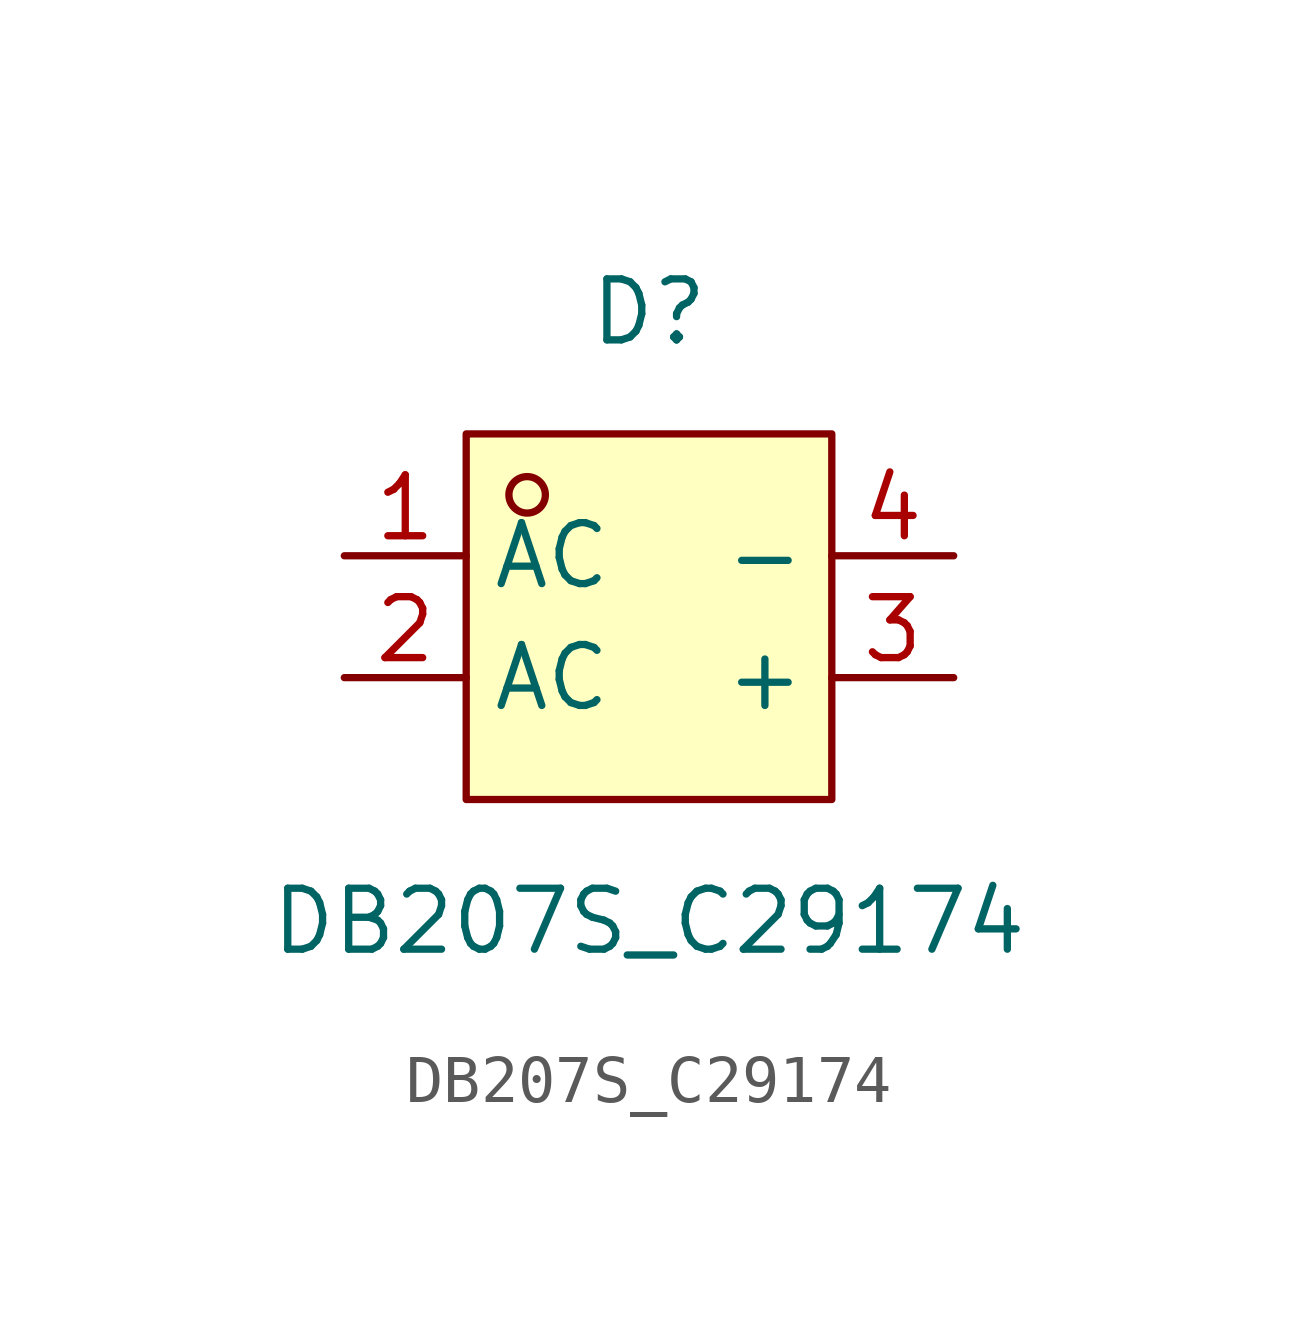
<source format=kicad_sym>
(kicad_symbol_lib
  (version 20211014)
  (generator https://github.com/uPesy/easyeda2kicad.py)
  (symbol "DB207S_C29174"
    (property "Reference" "D"
      (at 0 6.35 0)
      (effects (font (size 1.27 1.27))))
    (property "Value" "DB207S_C29174"
      (at 0 -6.35 0)
      (effects (font (size 1.27 1.27))))
    (symbol "DB207S_C29174_0_1"
      (rectangle (start -3.81 3.81) (end 3.81 -3.81) (stroke (width 0) (type default) (color 0 0 0 0)) (fill (type background)))
      (circle (center -2.54 2.54) (radius 0.38) (stroke (width 0) (type default) (color 0 0 0 0)) (fill (type none)))
      (pin unspecified line (at 6.35 1.27 180) (length 2.54) (name "-" (effects (font (size 1.27 1.27)))) (number "4" (effects (font (size 1.27 1.27)))))
      (pin unspecified line (at 6.35 -1.27 180) (length 2.54) (name "+" (effects (font (size 1.27 1.27)))) (number "3" (effects (font (size 1.27 1.27)))))
      (pin unspecified line (at -6.35 -1.27 0) (length 2.54) (name "AC" (effects (font (size 1.27 1.27)))) (number "2" (effects (font (size 1.27 1.27)))))
      (pin unspecified line (at -6.35 1.27 0) (length 2.54) (name "AC" (effects (font (size 1.27 1.27)))) (number "1" (effects (font (size 1.27 1.27))))))))
</source>
